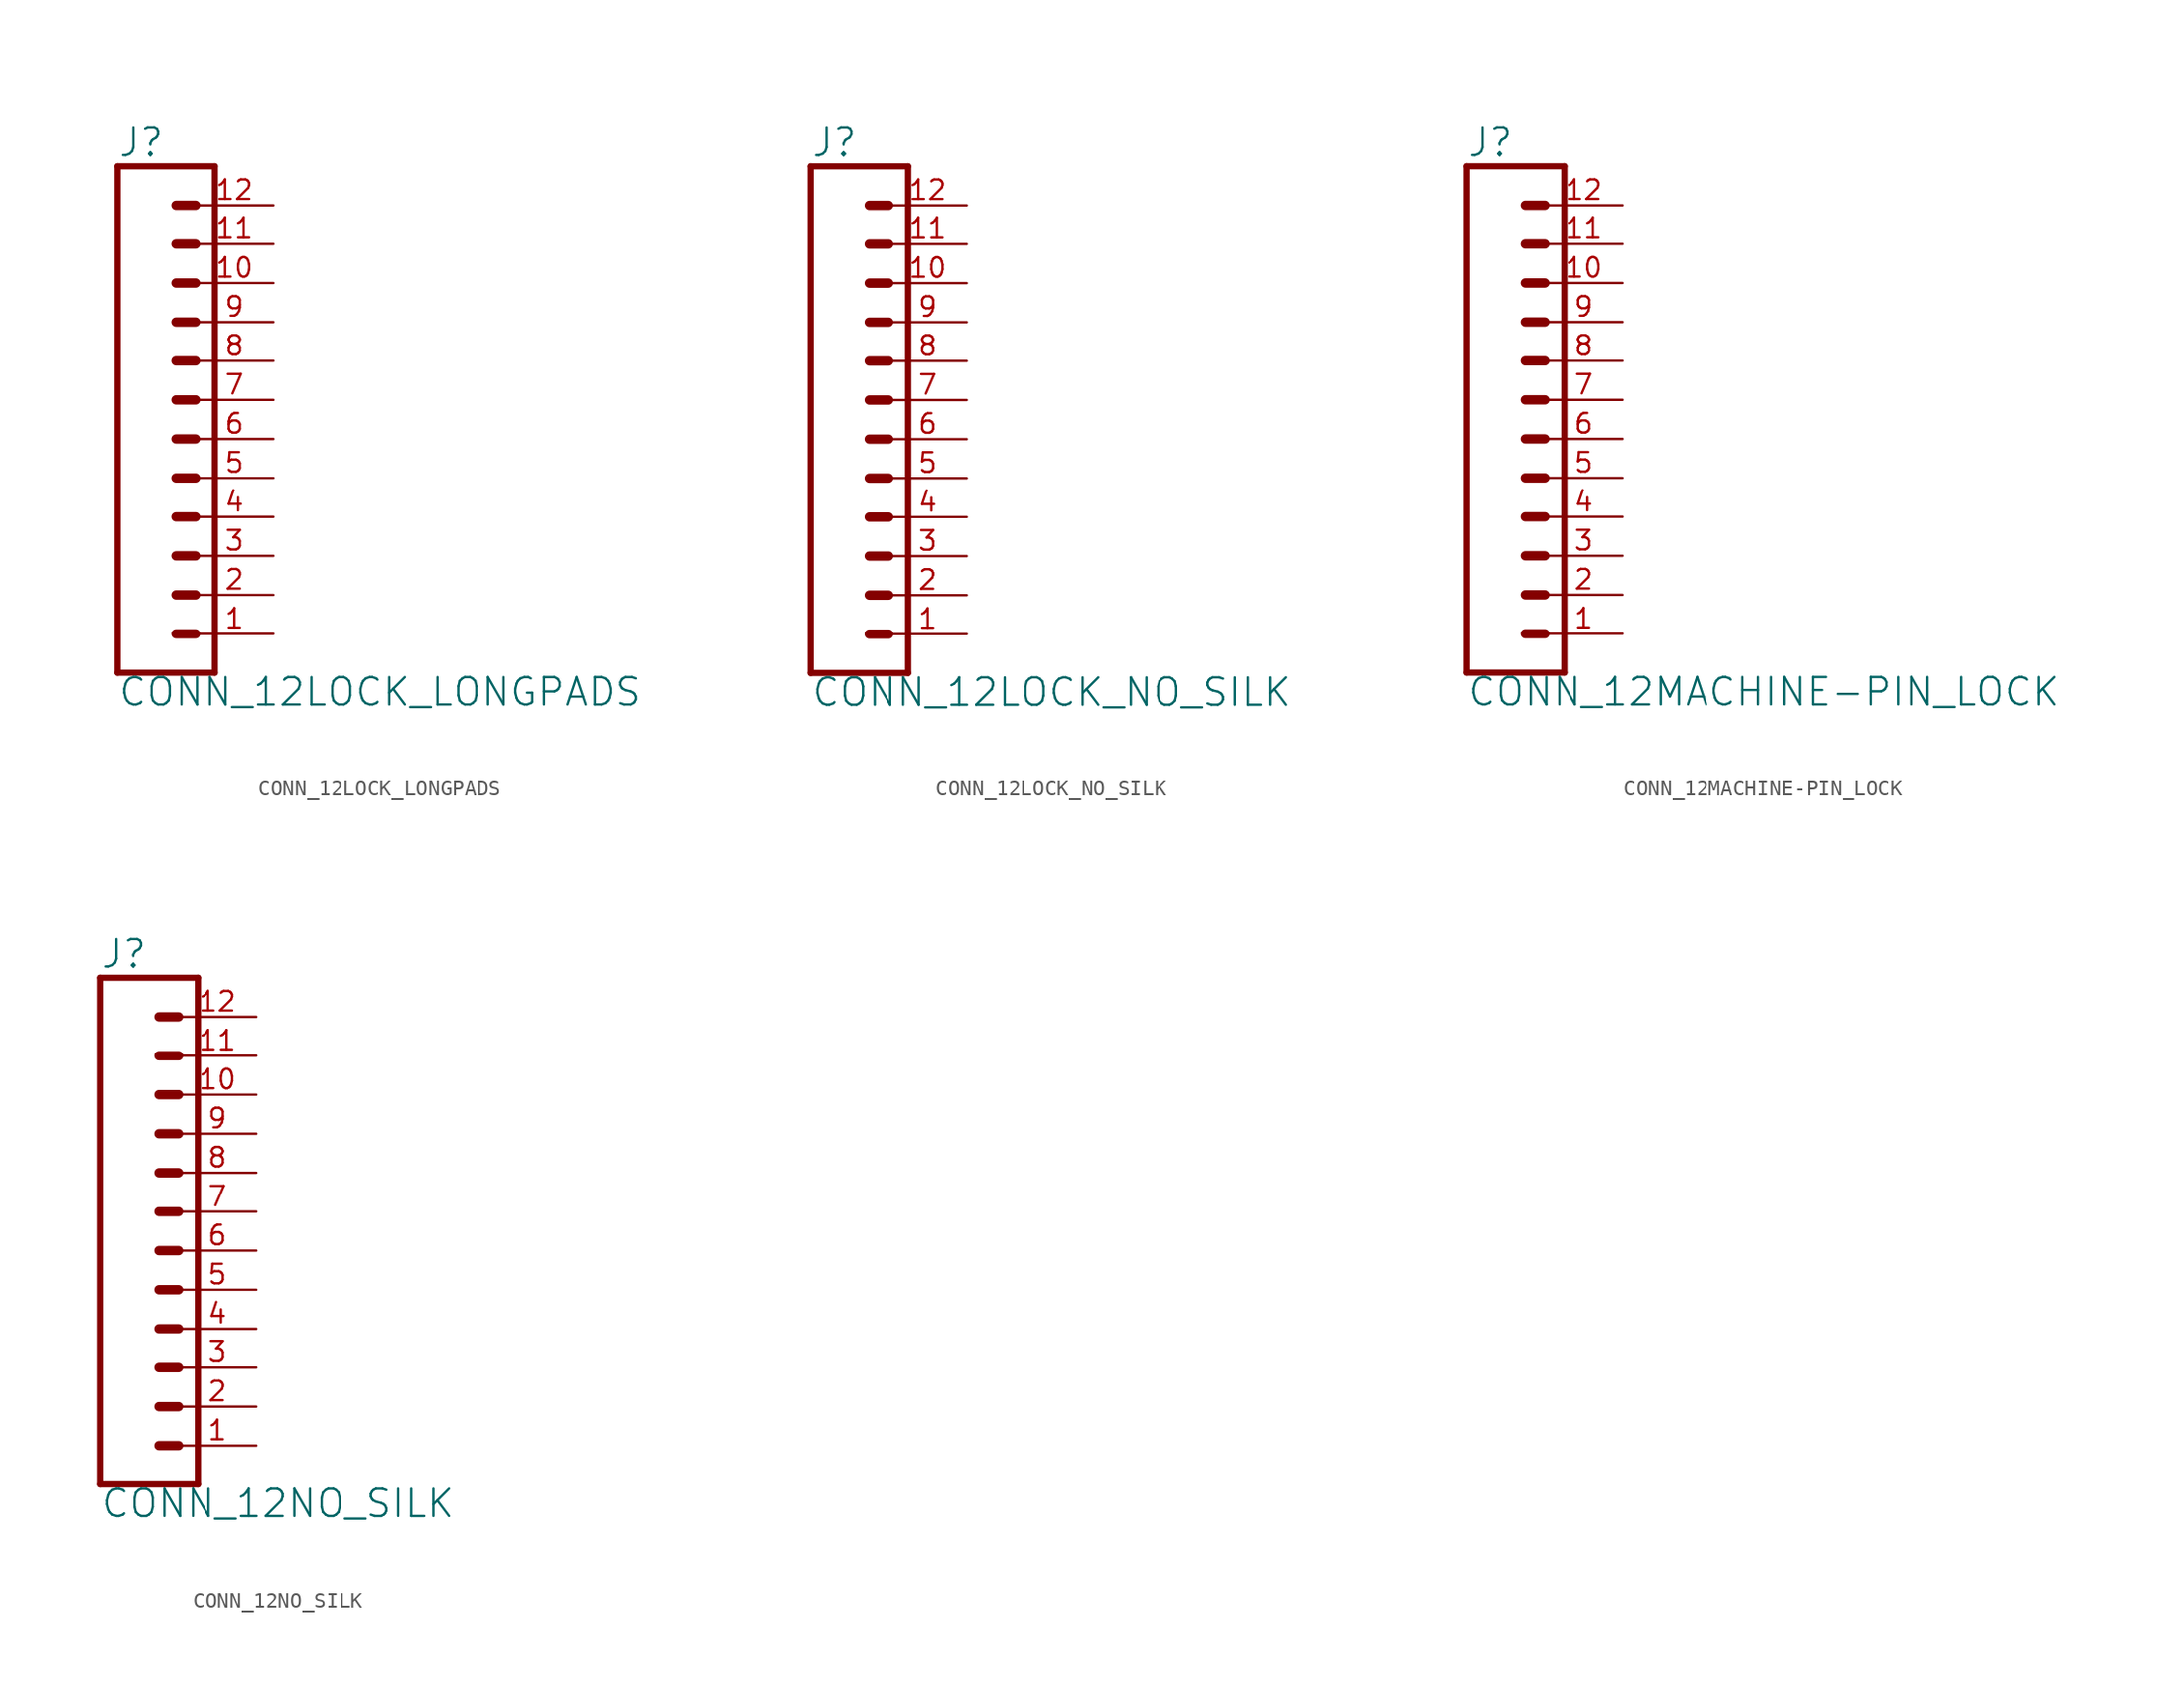
<source format=kicad_sym>
(kicad_symbol_lib
  (version 20220331)
  (generator kicad_symbol_editor)
  (symbol "CONN_12LOCK_LONGPADS"
    (property "Reference" "J"
      (at 0 15.748 0)
      (effects (font (size 1.778 1.778)) (justify left bottom)))
    (property "Value" "CONN_12LOCK_LONGPADS"
      (at 0 -20.066 0)
      (effects (font (size 1.778 1.778)) (justify left bottom)))
    (property "ki_locked" ""
      (at 0 0 0)
      (effects (font (size 1.27 1.27))))
    (symbol "CONN_12LOCK_LONGPADS_1_0"
      (polyline (pts (xy 0 15.24) (xy 0 -17.78)) (stroke (width 0.406) (type solid)) (fill (type none)))
      (polyline (pts (xy 0 15.24) (xy 6.35 15.24)) (stroke (width 0.406) (type solid)) (fill (type none)))
      (polyline (pts (xy 3.81 -15.24) (xy 5.08 -15.24)) (stroke (width 0.61) (type solid)) (fill (type none)))
      (polyline (pts (xy 3.81 -12.7) (xy 5.08 -12.7)) (stroke (width 0.61) (type solid)) (fill (type none)))
      (polyline (pts (xy 3.81 -10.16) (xy 5.08 -10.16)) (stroke (width 0.61) (type solid)) (fill (type none)))
      (polyline (pts (xy 3.81 -7.62) (xy 5.08 -7.62)) (stroke (width 0.61) (type solid)) (fill (type none)))
      (polyline (pts (xy 3.81 -5.08) (xy 5.08 -5.08)) (stroke (width 0.61) (type solid)) (fill (type none)))
      (polyline (pts (xy 3.81 -2.54) (xy 5.08 -2.54)) (stroke (width 0.61) (type solid)) (fill (type none)))
      (polyline (pts (xy 3.81 0) (xy 5.08 0)) (stroke (width 0.61) (type solid)) (fill (type none)))
      (polyline (pts (xy 3.81 2.54) (xy 5.08 2.54)) (stroke (width 0.61) (type solid)) (fill (type none)))
      (polyline (pts (xy 3.81 5.08) (xy 5.08 5.08)) (stroke (width 0.61) (type solid)) (fill (type none)))
      (polyline (pts (xy 3.81 7.62) (xy 5.08 7.62)) (stroke (width 0.61) (type solid)) (fill (type none)))
      (polyline (pts (xy 3.81 10.16) (xy 5.08 10.16)) (stroke (width 0.61) (type solid)) (fill (type none)))
      (polyline (pts (xy 3.81 12.7) (xy 5.08 12.7)) (stroke (width 0.61) (type solid)) (fill (type none)))
      (polyline (pts (xy 6.35 -17.78) (xy 0 -17.78)) (stroke (width 0.406) (type solid)) (fill (type none)))
      (polyline (pts (xy 6.35 -17.78) (xy 6.35 15.24)) (stroke (width 0.406) (type solid)) (fill (type none)))
      (pin passive line (at 10.16 -15.24 180) (length 5.08) (name "1" (effects (font (size 0 0)))) (number "1" (effects (font (size 1.27 1.27)))))
      (pin passive line (at 10.16 7.62 180) (length 5.08) (name "10" (effects (font (size 0 0)))) (number "10" (effects (font (size 1.27 1.27)))))
      (pin passive line (at 10.16 10.16 180) (length 5.08) (name "11" (effects (font (size 0 0)))) (number "11" (effects (font (size 1.27 1.27)))))
      (pin passive line (at 10.16 12.7 180) (length 5.08) (name "12" (effects (font (size 0 0)))) (number "12" (effects (font (size 1.27 1.27)))))
      (pin passive line (at 10.16 -12.7 180) (length 5.08) (name "2" (effects (font (size 0 0)))) (number "2" (effects (font (size 1.27 1.27)))))
      (pin passive line (at 10.16 -10.16 180) (length 5.08) (name "3" (effects (font (size 0 0)))) (number "3" (effects (font (size 1.27 1.27)))))
      (pin passive line (at 10.16 -7.62 180) (length 5.08) (name "4" (effects (font (size 0 0)))) (number "4" (effects (font (size 1.27 1.27)))))
      (pin passive line (at 10.16 -5.08 180) (length 5.08) (name "5" (effects (font (size 0 0)))) (number "5" (effects (font (size 1.27 1.27)))))
      (pin passive line (at 10.16 -2.54 180) (length 5.08) (name "6" (effects (font (size 0 0)))) (number "6" (effects (font (size 1.27 1.27)))))
      (pin passive line (at 10.16 0 180) (length 5.08) (name "7" (effects (font (size 0 0)))) (number "7" (effects (font (size 1.27 1.27)))))
      (pin passive line (at 10.16 2.54 180) (length 5.08) (name "8" (effects (font (size 0 0)))) (number "8" (effects (font (size 1.27 1.27)))))
      (pin passive line (at 10.16 5.08 180) (length 5.08) (name "9" (effects (font (size 0 0)))) (number "9" (effects (font (size 1.27 1.27)))))))
  (symbol "CONN_12LOCK_NO_SILK"
    (property "Reference" "J"
      (at 0 15.748 0)
      (effects (font (size 1.778 1.778)) (justify left bottom)))
    (property "Value" "CONN_12LOCK_NO_SILK"
      (at 0 -20.066 0)
      (effects (font (size 1.778 1.778)) (justify left bottom)))
    (property "ki_locked" ""
      (at 0 0 0)
      (effects (font (size 1.27 1.27))))
    (symbol "CONN_12LOCK_NO_SILK_1_0"
      (polyline (pts (xy 0 15.24) (xy 0 -17.78)) (stroke (width 0.406) (type solid)) (fill (type none)))
      (polyline (pts (xy 0 15.24) (xy 6.35 15.24)) (stroke (width 0.406) (type solid)) (fill (type none)))
      (polyline (pts (xy 3.81 -15.24) (xy 5.08 -15.24)) (stroke (width 0.61) (type solid)) (fill (type none)))
      (polyline (pts (xy 3.81 -12.7) (xy 5.08 -12.7)) (stroke (width 0.61) (type solid)) (fill (type none)))
      (polyline (pts (xy 3.81 -10.16) (xy 5.08 -10.16)) (stroke (width 0.61) (type solid)) (fill (type none)))
      (polyline (pts (xy 3.81 -7.62) (xy 5.08 -7.62)) (stroke (width 0.61) (type solid)) (fill (type none)))
      (polyline (pts (xy 3.81 -5.08) (xy 5.08 -5.08)) (stroke (width 0.61) (type solid)) (fill (type none)))
      (polyline (pts (xy 3.81 -2.54) (xy 5.08 -2.54)) (stroke (width 0.61) (type solid)) (fill (type none)))
      (polyline (pts (xy 3.81 0) (xy 5.08 0)) (stroke (width 0.61) (type solid)) (fill (type none)))
      (polyline (pts (xy 3.81 2.54) (xy 5.08 2.54)) (stroke (width 0.61) (type solid)) (fill (type none)))
      (polyline (pts (xy 3.81 5.08) (xy 5.08 5.08)) (stroke (width 0.61) (type solid)) (fill (type none)))
      (polyline (pts (xy 3.81 7.62) (xy 5.08 7.62)) (stroke (width 0.61) (type solid)) (fill (type none)))
      (polyline (pts (xy 3.81 10.16) (xy 5.08 10.16)) (stroke (width 0.61) (type solid)) (fill (type none)))
      (polyline (pts (xy 3.81 12.7) (xy 5.08 12.7)) (stroke (width 0.61) (type solid)) (fill (type none)))
      (polyline (pts (xy 6.35 -17.78) (xy 0 -17.78)) (stroke (width 0.406) (type solid)) (fill (type none)))
      (polyline (pts (xy 6.35 -17.78) (xy 6.35 15.24)) (stroke (width 0.406) (type solid)) (fill (type none)))
      (pin passive line (at 10.16 -15.24 180) (length 5.08) (name "1" (effects (font (size 0 0)))) (number "1" (effects (font (size 1.27 1.27)))))
      (pin passive line (at 10.16 7.62 180) (length 5.08) (name "10" (effects (font (size 0 0)))) (number "10" (effects (font (size 1.27 1.27)))))
      (pin passive line (at 10.16 10.16 180) (length 5.08) (name "11" (effects (font (size 0 0)))) (number "11" (effects (font (size 1.27 1.27)))))
      (pin passive line (at 10.16 12.7 180) (length 5.08) (name "12" (effects (font (size 0 0)))) (number "12" (effects (font (size 1.27 1.27)))))
      (pin passive line (at 10.16 -12.7 180) (length 5.08) (name "2" (effects (font (size 0 0)))) (number "2" (effects (font (size 1.27 1.27)))))
      (pin passive line (at 10.16 -10.16 180) (length 5.08) (name "3" (effects (font (size 0 0)))) (number "3" (effects (font (size 1.27 1.27)))))
      (pin passive line (at 10.16 -7.62 180) (length 5.08) (name "4" (effects (font (size 0 0)))) (number "4" (effects (font (size 1.27 1.27)))))
      (pin passive line (at 10.16 -5.08 180) (length 5.08) (name "5" (effects (font (size 0 0)))) (number "5" (effects (font (size 1.27 1.27)))))
      (pin passive line (at 10.16 -2.54 180) (length 5.08) (name "6" (effects (font (size 0 0)))) (number "6" (effects (font (size 1.27 1.27)))))
      (pin passive line (at 10.16 0 180) (length 5.08) (name "7" (effects (font (size 0 0)))) (number "7" (effects (font (size 1.27 1.27)))))
      (pin passive line (at 10.16 2.54 180) (length 5.08) (name "8" (effects (font (size 0 0)))) (number "8" (effects (font (size 1.27 1.27)))))
      (pin passive line (at 10.16 5.08 180) (length 5.08) (name "9" (effects (font (size 0 0)))) (number "9" (effects (font (size 1.27 1.27)))))))
  (symbol "CONN_12MACHINE-PIN_LOCK"
    (property "Reference" "J"
      (at 0 15.748 0)
      (effects (font (size 1.778 1.778)) (justify left bottom)))
    (property "Value" "CONN_12MACHINE-PIN_LOCK"
      (at 0 -20.066 0)
      (effects (font (size 1.778 1.778)) (justify left bottom)))
    (property "ki_locked" ""
      (at 0 0 0)
      (effects (font (size 1.27 1.27))))
    (symbol "CONN_12MACHINE-PIN_LOCK_1_0"
      (polyline (pts (xy 0 15.24) (xy 0 -17.78)) (stroke (width 0.406) (type solid)) (fill (type none)))
      (polyline (pts (xy 0 15.24) (xy 6.35 15.24)) (stroke (width 0.406) (type solid)) (fill (type none)))
      (polyline (pts (xy 3.81 -15.24) (xy 5.08 -15.24)) (stroke (width 0.61) (type solid)) (fill (type none)))
      (polyline (pts (xy 3.81 -12.7) (xy 5.08 -12.7)) (stroke (width 0.61) (type solid)) (fill (type none)))
      (polyline (pts (xy 3.81 -10.16) (xy 5.08 -10.16)) (stroke (width 0.61) (type solid)) (fill (type none)))
      (polyline (pts (xy 3.81 -7.62) (xy 5.08 -7.62)) (stroke (width 0.61) (type solid)) (fill (type none)))
      (polyline (pts (xy 3.81 -5.08) (xy 5.08 -5.08)) (stroke (width 0.61) (type solid)) (fill (type none)))
      (polyline (pts (xy 3.81 -2.54) (xy 5.08 -2.54)) (stroke (width 0.61) (type solid)) (fill (type none)))
      (polyline (pts (xy 3.81 0) (xy 5.08 0)) (stroke (width 0.61) (type solid)) (fill (type none)))
      (polyline (pts (xy 3.81 2.54) (xy 5.08 2.54)) (stroke (width 0.61) (type solid)) (fill (type none)))
      (polyline (pts (xy 3.81 5.08) (xy 5.08 5.08)) (stroke (width 0.61) (type solid)) (fill (type none)))
      (polyline (pts (xy 3.81 7.62) (xy 5.08 7.62)) (stroke (width 0.61) (type solid)) (fill (type none)))
      (polyline (pts (xy 3.81 10.16) (xy 5.08 10.16)) (stroke (width 0.61) (type solid)) (fill (type none)))
      (polyline (pts (xy 3.81 12.7) (xy 5.08 12.7)) (stroke (width 0.61) (type solid)) (fill (type none)))
      (polyline (pts (xy 6.35 -17.78) (xy 0 -17.78)) (stroke (width 0.406) (type solid)) (fill (type none)))
      (polyline (pts (xy 6.35 -17.78) (xy 6.35 15.24)) (stroke (width 0.406) (type solid)) (fill (type none)))
      (pin passive line (at 10.16 -15.24 180) (length 5.08) (name "1" (effects (font (size 0 0)))) (number "1" (effects (font (size 1.27 1.27)))))
      (pin passive line (at 10.16 7.62 180) (length 5.08) (name "10" (effects (font (size 0 0)))) (number "10" (effects (font (size 1.27 1.27)))))
      (pin passive line (at 10.16 10.16 180) (length 5.08) (name "11" (effects (font (size 0 0)))) (number "11" (effects (font (size 1.27 1.27)))))
      (pin passive line (at 10.16 12.7 180) (length 5.08) (name "12" (effects (font (size 0 0)))) (number "12" (effects (font (size 1.27 1.27)))))
      (pin passive line (at 10.16 -12.7 180) (length 5.08) (name "2" (effects (font (size 0 0)))) (number "2" (effects (font (size 1.27 1.27)))))
      (pin passive line (at 10.16 -10.16 180) (length 5.08) (name "3" (effects (font (size 0 0)))) (number "3" (effects (font (size 1.27 1.27)))))
      (pin passive line (at 10.16 -7.62 180) (length 5.08) (name "4" (effects (font (size 0 0)))) (number "4" (effects (font (size 1.27 1.27)))))
      (pin passive line (at 10.16 -5.08 180) (length 5.08) (name "5" (effects (font (size 0 0)))) (number "5" (effects (font (size 1.27 1.27)))))
      (pin passive line (at 10.16 -2.54 180) (length 5.08) (name "6" (effects (font (size 0 0)))) (number "6" (effects (font (size 1.27 1.27)))))
      (pin passive line (at 10.16 0 180) (length 5.08) (name "7" (effects (font (size 0 0)))) (number "7" (effects (font (size 1.27 1.27)))))
      (pin passive line (at 10.16 2.54 180) (length 5.08) (name "8" (effects (font (size 0 0)))) (number "8" (effects (font (size 1.27 1.27)))))
      (pin passive line (at 10.16 5.08 180) (length 5.08) (name "9" (effects (font (size 0 0)))) (number "9" (effects (font (size 1.27 1.27)))))))
  (symbol "CONN_12NO_SILK"
    (property "Reference" "J"
      (at 0 15.748 0)
      (effects (font (size 1.778 1.778)) (justify left bottom)))
    (property "Value" "CONN_12NO_SILK"
      (at 0 -20.066 0)
      (effects (font (size 1.778 1.778)) (justify left bottom)))
    (property "ki_locked" ""
      (at 0 0 0)
      (effects (font (size 1.27 1.27))))
    (symbol "CONN_12NO_SILK_1_0"
      (polyline (pts (xy 0 15.24) (xy 0 -17.78)) (stroke (width 0.406) (type solid)) (fill (type none)))
      (polyline (pts (xy 0 15.24) (xy 6.35 15.24)) (stroke (width 0.406) (type solid)) (fill (type none)))
      (polyline (pts (xy 3.81 -15.24) (xy 5.08 -15.24)) (stroke (width 0.61) (type solid)) (fill (type none)))
      (polyline (pts (xy 3.81 -12.7) (xy 5.08 -12.7)) (stroke (width 0.61) (type solid)) (fill (type none)))
      (polyline (pts (xy 3.81 -10.16) (xy 5.08 -10.16)) (stroke (width 0.61) (type solid)) (fill (type none)))
      (polyline (pts (xy 3.81 -7.62) (xy 5.08 -7.62)) (stroke (width 0.61) (type solid)) (fill (type none)))
      (polyline (pts (xy 3.81 -5.08) (xy 5.08 -5.08)) (stroke (width 0.61) (type solid)) (fill (type none)))
      (polyline (pts (xy 3.81 -2.54) (xy 5.08 -2.54)) (stroke (width 0.61) (type solid)) (fill (type none)))
      (polyline (pts (xy 3.81 0) (xy 5.08 0)) (stroke (width 0.61) (type solid)) (fill (type none)))
      (polyline (pts (xy 3.81 2.54) (xy 5.08 2.54)) (stroke (width 0.61) (type solid)) (fill (type none)))
      (polyline (pts (xy 3.81 5.08) (xy 5.08 5.08)) (stroke (width 0.61) (type solid)) (fill (type none)))
      (polyline (pts (xy 3.81 7.62) (xy 5.08 7.62)) (stroke (width 0.61) (type solid)) (fill (type none)))
      (polyline (pts (xy 3.81 10.16) (xy 5.08 10.16)) (stroke (width 0.61) (type solid)) (fill (type none)))
      (polyline (pts (xy 3.81 12.7) (xy 5.08 12.7)) (stroke (width 0.61) (type solid)) (fill (type none)))
      (polyline (pts (xy 6.35 -17.78) (xy 0 -17.78)) (stroke (width 0.406) (type solid)) (fill (type none)))
      (polyline (pts (xy 6.35 -17.78) (xy 6.35 15.24)) (stroke (width 0.406) (type solid)) (fill (type none)))
      (pin passive line (at 10.16 -15.24 180) (length 5.08) (name "1" (effects (font (size 0 0)))) (number "1" (effects (font (size 1.27 1.27)))))
      (pin passive line (at 10.16 7.62 180) (length 5.08) (name "10" (effects (font (size 0 0)))) (number "10" (effects (font (size 1.27 1.27)))))
      (pin passive line (at 10.16 10.16 180) (length 5.08) (name "11" (effects (font (size 0 0)))) (number "11" (effects (font (size 1.27 1.27)))))
      (pin passive line (at 10.16 12.7 180) (length 5.08) (name "12" (effects (font (size 0 0)))) (number "12" (effects (font (size 1.27 1.27)))))
      (pin passive line (at 10.16 -12.7 180) (length 5.08) (name "2" (effects (font (size 0 0)))) (number "2" (effects (font (size 1.27 1.27)))))
      (pin passive line (at 10.16 -10.16 180) (length 5.08) (name "3" (effects (font (size 0 0)))) (number "3" (effects (font (size 1.27 1.27)))))
      (pin passive line (at 10.16 -7.62 180) (length 5.08) (name "4" (effects (font (size 0 0)))) (number "4" (effects (font (size 1.27 1.27)))))
      (pin passive line (at 10.16 -5.08 180) (length 5.08) (name "5" (effects (font (size 0 0)))) (number "5" (effects (font (size 1.27 1.27)))))
      (pin passive line (at 10.16 -2.54 180) (length 5.08) (name "6" (effects (font (size 0 0)))) (number "6" (effects (font (size 1.27 1.27)))))
      (pin passive line (at 10.16 0 180) (length 5.08) (name "7" (effects (font (size 0 0)))) (number "7" (effects (font (size 1.27 1.27)))))
      (pin passive line (at 10.16 2.54 180) (length 5.08) (name "8" (effects (font (size 0 0)))) (number "8" (effects (font (size 1.27 1.27)))))
      (pin passive line (at 10.16 5.08 180) (length 5.08) (name "9" (effects (font (size 0 0)))) (number "9" (effects (font (size 1.27 1.27))))))))
</source>
